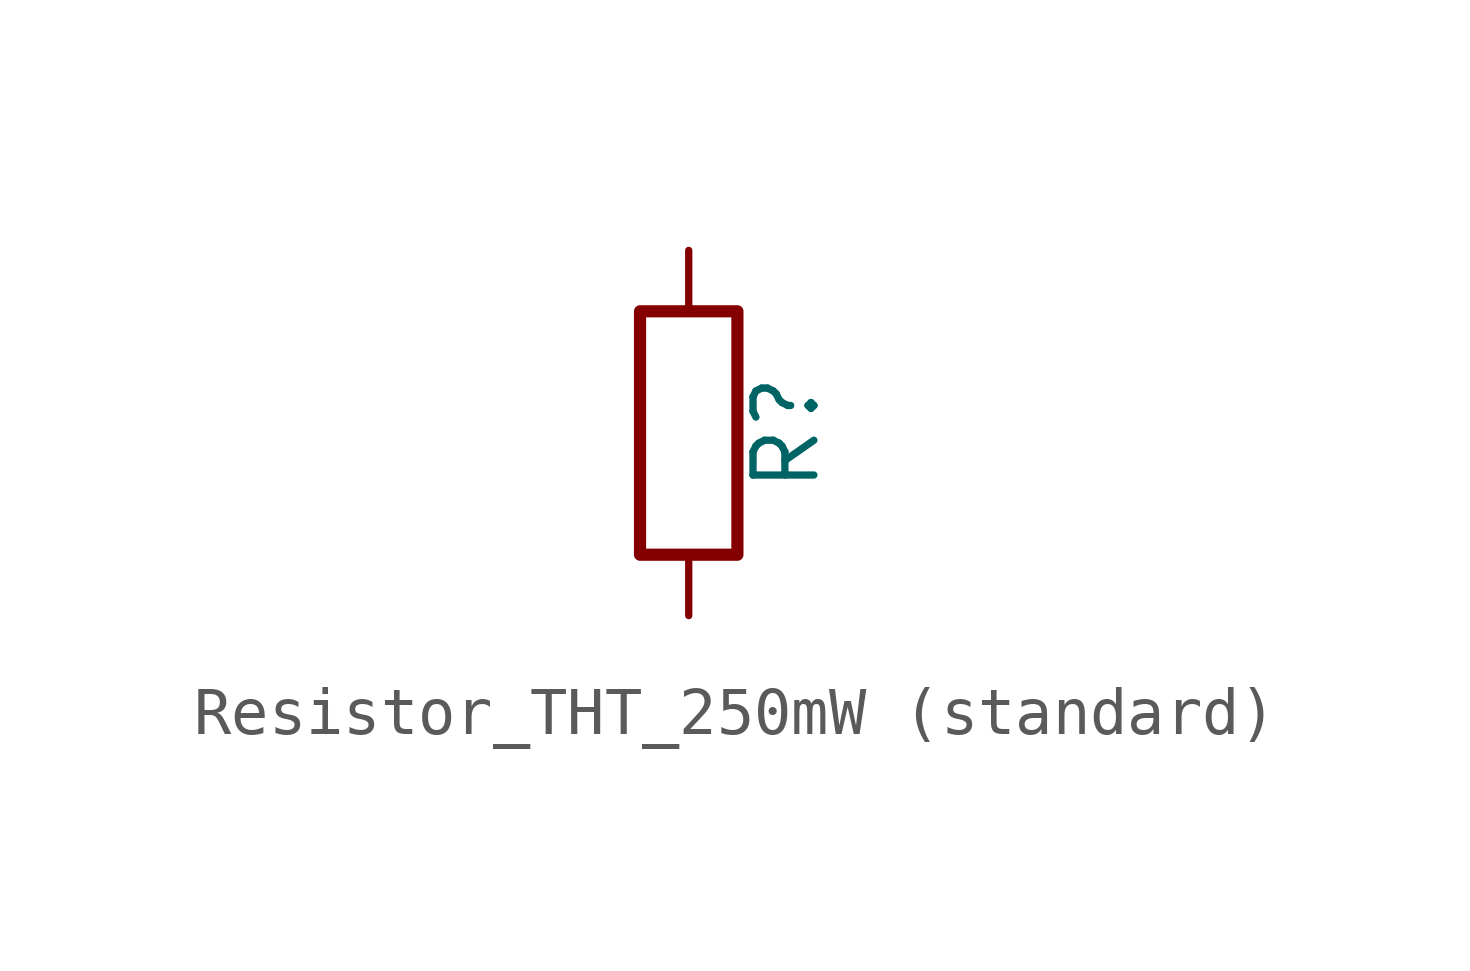
<source format=kicad_sym>
(kicad_symbol_lib
  (version 20231120)
  (generator "kicad_symbol_editor")
  (generator_version "8.0")
  (symbol "Resistor_THT_250mW (standard)"
    (pin_numbers hide)
    (pin_names
      (offset 0))
    (property "Reference" "R"
      (at 2.032 0 90)
      (effects (font (size 1.27 1.27))))
    (symbol "Resistor_THT_250mW (standard)_0_1"
      (rectangle (start -1.016 -2.54) (end 1.016 2.54) (stroke (width 0.254) (type default)) (fill (type none))))
    (symbol "Resistor_THT_250mW (standard)_1_1"
      (pin passive line (at 0 3.81 270) (length 1.27) (name "~" (effects (font (size 1.27 1.27)))) (number "1" (effects (font (size 1.27 1.27)))))
      (pin passive line (at 0 -3.81 90) (length 1.27) (name "~" (effects (font (size 1.27 1.27)))) (number "2" (effects (font (size 1.27 1.27))))))))
</source>
